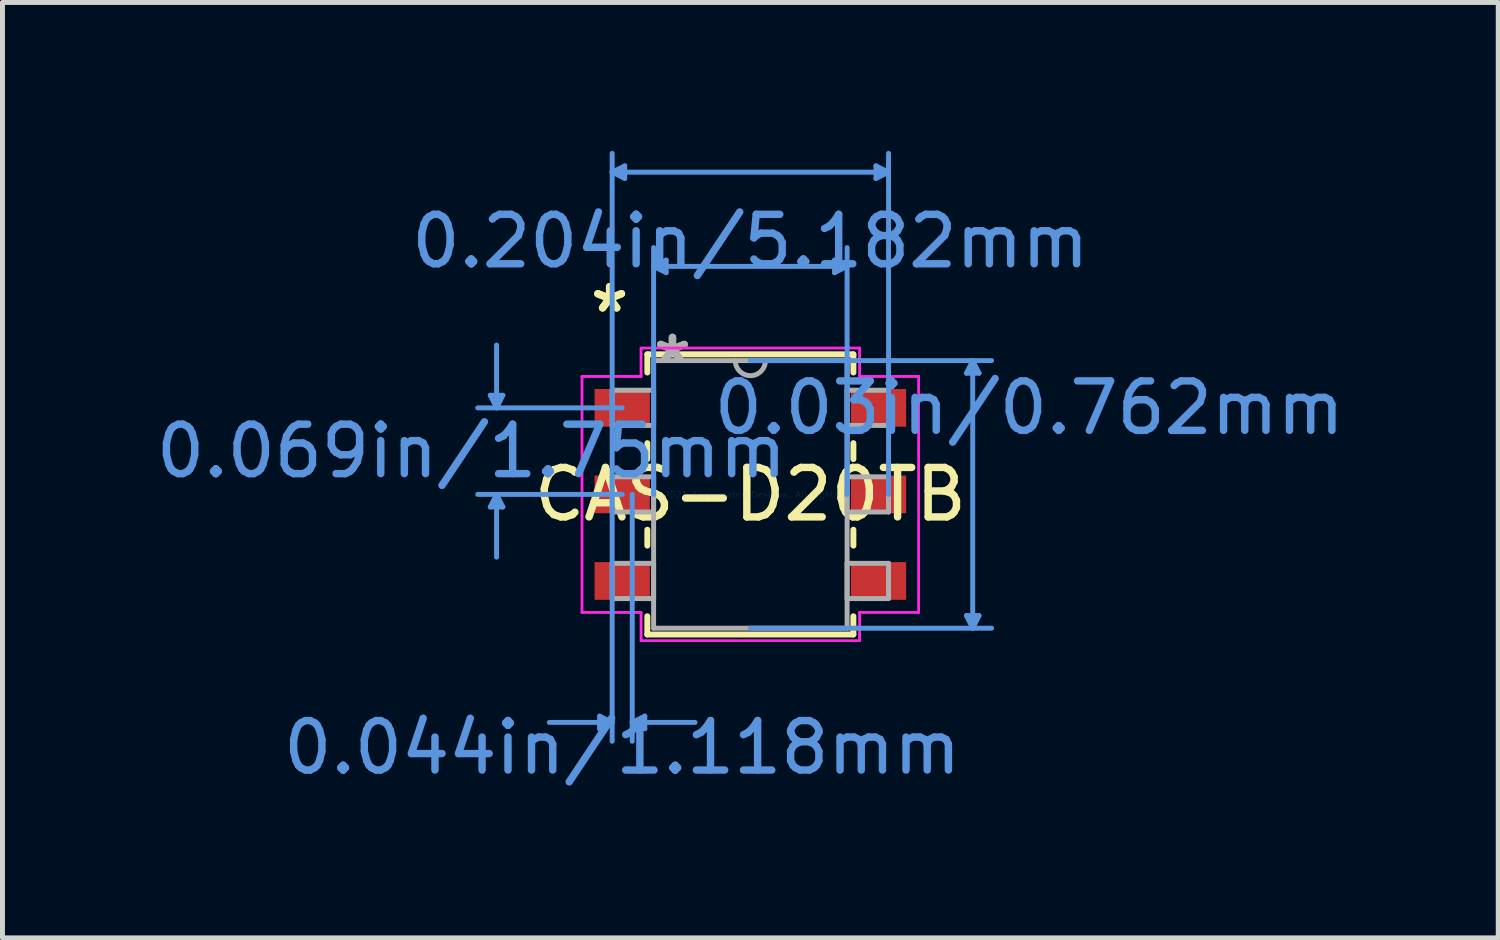
<source format=kicad_pcb>
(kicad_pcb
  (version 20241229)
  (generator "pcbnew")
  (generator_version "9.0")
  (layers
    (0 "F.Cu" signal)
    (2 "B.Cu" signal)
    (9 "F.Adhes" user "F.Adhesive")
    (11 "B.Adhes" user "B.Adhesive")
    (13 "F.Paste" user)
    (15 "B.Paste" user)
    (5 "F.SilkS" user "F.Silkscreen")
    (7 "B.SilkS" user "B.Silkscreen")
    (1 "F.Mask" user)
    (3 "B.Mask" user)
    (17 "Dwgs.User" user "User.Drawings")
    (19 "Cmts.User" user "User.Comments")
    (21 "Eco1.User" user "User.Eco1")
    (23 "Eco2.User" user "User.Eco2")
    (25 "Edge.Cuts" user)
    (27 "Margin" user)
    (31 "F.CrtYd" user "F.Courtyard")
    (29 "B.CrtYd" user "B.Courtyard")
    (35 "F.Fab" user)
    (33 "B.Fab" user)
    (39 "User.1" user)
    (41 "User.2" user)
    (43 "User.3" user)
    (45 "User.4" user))
  (footprint "CAS-D20TB"
    (layer "F.Cu")
    (at 12.121 6.946)
    (property "Reference" "CAS-D20TB" (at 0 0 0) (layer "F.SilkS") (effects (font (size 1 1) (thickness 0.15))))
    (attr through_hole)
    (fp_line (start -2.083 -2.832) (end -2.083 -2.464) (stroke (width 0.12) (type solid)) (layer "F.SilkS"))
    (fp_line (start -2.083 -1.036) (end -2.083 -0.714) (stroke (width 0.12) (type solid)) (layer "F.SilkS"))
    (fp_line (start -2.083 0.714) (end -2.083 1.036) (stroke (width 0.12) (type solid)) (layer "F.SilkS"))
    (fp_line (start -2.083 2.464) (end -2.083 2.832) (stroke (width 0.12) (type solid)) (layer "F.SilkS"))
    (fp_line (start -2.083 2.832) (end 2.083 2.832) (stroke (width 0.12) (type solid)) (layer "F.SilkS"))
    (fp_line (start 2.083 -2.832) (end -2.083 -2.832) (stroke (width 0.12) (type solid)) (layer "F.SilkS"))
    (fp_line (start 2.083 -2.464) (end 2.083 -2.832) (stroke (width 0.12) (type solid)) (layer "F.SilkS"))
    (fp_line (start 2.083 -0.714) (end 2.083 -1.036) (stroke (width 0.12) (type solid)) (layer "F.SilkS"))
    (fp_line (start 2.083 1.036) (end 2.083 0.714) (stroke (width 0.12) (type solid)) (layer "F.SilkS"))
    (fp_line (start 2.083 2.832) (end 2.083 2.464) (stroke (width 0.12) (type solid)) (layer "F.SilkS"))
    (fp_line (start -5.258 -2.004) (end -5.004 -2.004) (stroke (width 0.1) (type solid)) (layer "Cmts.User"))
    (fp_line (start -5.258 0.254) (end -5.004 0.254) (stroke (width 0.1) (type solid)) (layer "Cmts.User"))
    (fp_line (start -5.131 -1.75) (end -5.258 -2.004) (stroke (width 0.1) (type solid)) (layer "Cmts.User"))
    (fp_line (start -5.131 -1.75) (end -5.131 -3.02) (stroke (width 0.1) (type solid)) (layer "Cmts.User"))
    (fp_line (start -5.131 -1.75) (end -5.004 -2.004) (stroke (width 0.1) (type solid)) (layer "Cmts.User"))
    (fp_line (start -5.131 0) (end -5.258 0.254) (stroke (width 0.1) (type solid)) (layer "Cmts.User"))
    (fp_line (start -5.131 0) (end -5.131 1.27) (stroke (width 0.1) (type solid)) (layer "Cmts.User"))
    (fp_line (start -5.131 0) (end -5.004 0.254) (stroke (width 0.1) (type solid)) (layer "Cmts.User"))
    (fp_line (start -3.048 4.483) (end -3.048 4.737) (stroke (width 0.1) (type solid)) (layer "Cmts.User"))
    (fp_line (start -2.794 -6.515) (end -2.54 -6.642) (stroke (width 0.1) (type solid)) (layer "Cmts.User"))
    (fp_line (start -2.794 -6.515) (end -2.54 -6.388) (stroke (width 0.1) (type solid)) (layer "Cmts.User"))
    (fp_line (start -2.794 -6.515) (end 2.794 -6.515) (stroke (width 0.1) (type solid)) (layer "Cmts.User"))
    (fp_line (start -2.794 0) (end -2.794 -6.896) (stroke (width 0.1) (type solid)) (layer "Cmts.User"))
    (fp_line (start -2.794 0) (end -2.794 4.991) (stroke (width 0.1) (type solid)) (layer "Cmts.User"))
    (fp_line (start -2.794 4.61) (end -4.064 4.61) (stroke (width 0.1) (type solid)) (layer "Cmts.User"))
    (fp_line (start -2.794 4.61) (end -3.048 4.483) (stroke (width 0.1) (type solid)) (layer "Cmts.User"))
    (fp_line (start -2.794 4.61) (end -3.048 4.737) (stroke (width 0.1) (type solid)) (layer "Cmts.User"))
    (fp_line (start -2.591 -1.75) (end -5.512 -1.75) (stroke (width 0.1) (type solid)) (layer "Cmts.User"))
    (fp_line (start -2.591 0) (end -5.512 0) (stroke (width 0.1) (type solid)) (layer "Cmts.User"))
    (fp_line (start -2.54 -6.642) (end -2.54 -6.388) (stroke (width 0.1) (type solid)) (layer "Cmts.User"))
    (fp_line (start -2.388 0) (end -2.388 4.991) (stroke (width 0.1) (type solid)) (layer "Cmts.User"))
    (fp_line (start -2.388 4.61) (end -2.134 4.483) (stroke (width 0.1) (type solid)) (layer "Cmts.User"))
    (fp_line (start -2.388 4.61) (end -2.134 4.737) (stroke (width 0.1) (type solid)) (layer "Cmts.User"))
    (fp_line (start -2.388 4.61) (end -1.118 4.61) (stroke (width 0.1) (type solid)) (layer "Cmts.User"))
    (fp_line (start -2.134 4.483) (end -2.134 4.737) (stroke (width 0.1) (type solid)) (layer "Cmts.User"))
    (fp_line (start -1.956 -4.61) (end -1.702 -4.737) (stroke (width 0.1) (type solid)) (layer "Cmts.User"))
    (fp_line (start -1.956 -4.61) (end -1.702 -4.483) (stroke (width 0.1) (type solid)) (layer "Cmts.User"))
    (fp_line (start -1.956 -4.61) (end 1.956 -4.61) (stroke (width 0.1) (type solid)) (layer "Cmts.User"))
    (fp_line (start -1.956 0) (end -1.956 -4.991) (stroke (width 0.1) (type solid)) (layer "Cmts.User"))
    (fp_line (start -1.702 -4.737) (end -1.702 -4.483) (stroke (width 0.1) (type solid)) (layer "Cmts.User"))
    (fp_line (start 0 -2.705) (end 4.877 -2.705) (stroke (width 0.1) (type solid)) (layer "Cmts.User"))
    (fp_line (start 0 2.705) (end 4.877 2.705) (stroke (width 0.1) (type solid)) (layer "Cmts.User"))
    (fp_line (start 1.702 -4.737) (end 1.702 -4.483) (stroke (width 0.1) (type solid)) (layer "Cmts.User"))
    (fp_line (start 1.956 -4.61) (end 1.702 -4.737) (stroke (width 0.1) (type solid)) (layer "Cmts.User"))
    (fp_line (start 1.956 -4.61) (end 1.702 -4.483) (stroke (width 0.1) (type solid)) (layer "Cmts.User"))
    (fp_line (start 1.956 0) (end 1.956 -4.991) (stroke (width 0.1) (type solid)) (layer "Cmts.User"))
    (fp_line (start 2.54 -6.642) (end 2.54 -6.388) (stroke (width 0.1) (type solid)) (layer "Cmts.User"))
    (fp_line (start 2.794 -6.515) (end 2.54 -6.642) (stroke (width 0.1) (type solid)) (layer "Cmts.User"))
    (fp_line (start 2.794 -6.515) (end 2.54 -6.388) (stroke (width 0.1) (type solid)) (layer "Cmts.User"))
    (fp_line (start 2.794 0) (end 2.794 -6.896) (stroke (width 0.1) (type solid)) (layer "Cmts.User"))
    (fp_line (start 4.369 -2.451) (end 4.623 -2.451) (stroke (width 0.1) (type solid)) (layer "Cmts.User"))
    (fp_line (start 4.369 2.451) (end 4.623 2.451) (stroke (width 0.1) (type solid)) (layer "Cmts.User"))
    (fp_line (start 4.496 -2.705) (end 4.369 -2.451) (stroke (width 0.1) (type solid)) (layer "Cmts.User"))
    (fp_line (start 4.496 -2.705) (end 4.496 2.705) (stroke (width 0.1) (type solid)) (layer "Cmts.User"))
    (fp_line (start 4.496 -2.705) (end 4.623 -2.451) (stroke (width 0.1) (type solid)) (layer "Cmts.User"))
    (fp_line (start 4.496 2.705) (end 4.369 2.451) (stroke (width 0.1) (type solid)) (layer "Cmts.User"))
    (fp_line (start 4.496 2.705) (end 4.623 2.451) (stroke (width 0.1) (type solid)) (layer "Cmts.User"))
    (fp_line (start -3.404 -2.385) (end -2.21 -2.385) (stroke (width 0.05) (type solid)) (layer "F.CrtYd"))
    (fp_line (start -3.404 -2.385) (end -2.21 -2.385) (stroke (width 0.05) (type solid)) (layer "F.CrtYd"))
    (fp_line (start -3.404 2.385) (end -3.404 -2.385) (stroke (width 0.05) (type solid)) (layer "F.CrtYd"))
    (fp_line (start -3.404 2.385) (end -3.404 -2.385) (stroke (width 0.05) (type solid)) (layer "F.CrtYd"))
    (fp_line (start -3.404 2.385) (end -2.21 2.385) (stroke (width 0.05) (type solid)) (layer "F.CrtYd"))
    (fp_line (start -2.21 -2.959) (end 2.21 -2.959) (stroke (width 0.05) (type solid)) (layer "F.CrtYd"))
    (fp_line (start -2.21 -2.959) (end 2.21 -2.959) (stroke (width 0.05) (type solid)) (layer "F.CrtYd"))
    (fp_line (start -2.21 -2.385) (end -2.21 -2.959) (stroke (width 0.05) (type solid)) (layer "F.CrtYd"))
    (fp_line (start -2.21 -2.385) (end -2.21 -2.959) (stroke (width 0.05) (type solid)) (layer "F.CrtYd"))
    (fp_line (start -2.21 2.385) (end -3.404 2.385) (stroke (width 0.05) (type solid)) (layer "F.CrtYd"))
    (fp_line (start -2.21 2.959) (end -2.21 2.385) (stroke (width 0.05) (type solid)) (layer "F.CrtYd"))
    (fp_line (start -2.21 2.959) (end -2.21 2.385) (stroke (width 0.05) (type solid)) (layer "F.CrtYd"))
    (fp_line (start 2.21 -2.959) (end 2.21 -2.385) (stroke (width 0.05) (type solid)) (layer "F.CrtYd"))
    (fp_line (start 2.21 -2.959) (end 2.21 -2.385) (stroke (width 0.05) (type solid)) (layer "F.CrtYd"))
    (fp_line (start 2.21 -2.385) (end 3.404 -2.385) (stroke (width 0.05) (type solid)) (layer "F.CrtYd"))
    (fp_line (start 2.21 2.385) (end 2.21 2.959) (stroke (width 0.05) (type solid)) (layer "F.CrtYd"))
    (fp_line (start 2.21 2.385) (end 2.21 2.959) (stroke (width 0.05) (type solid)) (layer "F.CrtYd"))
    (fp_line (start 2.21 2.959) (end -2.21 2.959) (stroke (width 0.05) (type solid)) (layer "F.CrtYd"))
    (fp_line (start 2.21 2.959) (end -2.21 2.959) (stroke (width 0.05) (type solid)) (layer "F.CrtYd"))
    (fp_line (start 3.404 -2.385) (end 2.21 -2.385) (stroke (width 0.05) (type solid)) (layer "F.CrtYd"))
    (fp_line (start 3.404 -2.385) (end 3.404 2.385) (stroke (width 0.05) (type solid)) (layer "F.CrtYd"))
    (fp_line (start 3.404 -2.385) (end 3.404 2.385) (stroke (width 0.05) (type solid)) (layer "F.CrtYd"))
    (fp_line (start 3.404 2.385) (end 2.21 2.385) (stroke (width 0.05) (type solid)) (layer "F.CrtYd"))
    (fp_line (start 3.404 2.385) (end 2.21 2.385) (stroke (width 0.05) (type solid)) (layer "F.CrtYd"))
    (fp_line (start -2.794 -2.106) (end -2.794 -1.394) (stroke (width 0.1) (type solid)) (layer "F.Fab"))
    (fp_line (start -2.794 -1.394) (end -1.956 -1.394) (stroke (width 0.1) (type solid)) (layer "F.Fab"))
    (fp_line (start -2.794 -0.356) (end -2.794 0.356) (stroke (width 0.1) (type solid)) (layer "F.Fab"))
    (fp_line (start -2.794 0.356) (end -1.956 0.356) (stroke (width 0.1) (type solid)) (layer "F.Fab"))
    (fp_line (start -2.794 1.394) (end -2.794 2.106) (stroke (width 0.1) (type solid)) (layer "F.Fab"))
    (fp_line (start -2.794 2.106) (end -1.956 2.106) (stroke (width 0.1) (type solid)) (layer "F.Fab"))
    (fp_line (start -1.956 -2.705) (end -1.956 2.705) (stroke (width 0.1) (type solid)) (layer "F.Fab"))
    (fp_line (start -1.956 -2.106) (end -2.794 -2.106) (stroke (width 0.1) (type solid)) (layer "F.Fab"))
    (fp_line (start -1.956 -1.394) (end -1.956 -2.106) (stroke (width 0.1) (type solid)) (layer "F.Fab"))
    (fp_line (start -1.956 -0.356) (end -2.794 -0.356) (stroke (width 0.1) (type solid)) (layer "F.Fab"))
    (fp_line (start -1.956 0.356) (end -1.956 -0.356) (stroke (width 0.1) (type solid)) (layer "F.Fab"))
    (fp_line (start -1.956 1.394) (end -2.794 1.394) (stroke (width 0.1) (type solid)) (layer "F.Fab"))
    (fp_line (start -1.956 2.106) (end -1.956 1.394) (stroke (width 0.1) (type solid)) (layer "F.Fab"))
    (fp_line (start -1.956 2.705) (end 1.956 2.705) (stroke (width 0.1) (type solid)) (layer "F.Fab"))
    (fp_line (start 1.956 -2.705) (end -1.956 -2.705) (stroke (width 0.1) (type solid)) (layer "F.Fab"))
    (fp_line (start 1.956 -2.106) (end 1.956 -1.394) (stroke (width 0.1) (type solid)) (layer "F.Fab"))
    (fp_line (start 1.956 -1.394) (end 2.794 -1.394) (stroke (width 0.1) (type solid)) (layer "F.Fab"))
    (fp_line (start 1.956 -0.356) (end 1.956 0.356) (stroke (width 0.1) (type solid)) (layer "F.Fab"))
    (fp_line (start 1.956 0.356) (end 2.794 0.356) (stroke (width 0.1) (type solid)) (layer "F.Fab"))
    (fp_line (start 1.956 1.394) (end 1.956 2.106) (stroke (width 0.1) (type solid)) (layer "F.Fab"))
    (fp_line (start 1.956 2.106) (end 2.794 2.106) (stroke (width 0.1) (type solid)) (layer "F.Fab"))
    (fp_line (start 1.956 2.705) (end 1.956 -2.705) (stroke (width 0.1) (type solid)) (layer "F.Fab"))
    (fp_line (start 2.794 -2.106) (end 1.956 -2.106) (stroke (width 0.1) (type solid)) (layer "F.Fab"))
    (fp_line (start 2.794 -1.394) (end 2.794 -2.106) (stroke (width 0.1) (type solid)) (layer "F.Fab"))
    (fp_line (start 2.794 -0.356) (end 1.956 -0.356) (stroke (width 0.1) (type solid)) (layer "F.Fab"))
    (fp_line (start 2.794 0.356) (end 2.794 -0.356) (stroke (width 0.1) (type solid)) (layer "F.Fab"))
    (fp_line (start 2.794 1.394) (end 1.956 1.394) (stroke (width 0.1) (type solid)) (layer "F.Fab"))
    (fp_line (start 2.794 2.106) (end 2.794 1.394) (stroke (width 0.1) (type solid)) (layer "F.Fab"))
    (fp_arc (start 0.3048 -2.7051) (mid 0 -2.4003) (end -0.3048 -2.7051) (stroke (width 0.1) (type solid)) (layer "F.Fab"))
    (fp_text user "*" (at -2.845 -3.655 0) (layer "F.SilkS") (effects (font (size 1 1) (thickness 0.15))))
    (fp_text user "*" (at -2.845 -3.655 0) (layer "F.SilkS") (effects (font (size 1 1) (thickness 0.15))))
    (fp_text user "0.069in/1.75mm" (at -5.639 -0.875 0) (layer "Cmts.User") (effects (font (size 1 1) (thickness 0.15))))
    (fp_text user "Copyright 2021 Accelerated Designs. All rights reserved." (at 0 0 0) (layer "Cmts.User") (effects (font (size 0.127 0.127) (thickness 0.002))))
    (fp_text user "0.044in/1.118mm" (at -2.591 5.118 0) (layer "Cmts.User") (effects (font (size 1 1) (thickness 0.15))))
    (fp_text user "0.03in/0.762mm" (at 5.639 -1.75 0) (layer "Cmts.User") (effects (font (size 1 1) (thickness 0.15))))
    (fp_text user "0.204in/5.182mm" (at 0 -5.118 0) (layer "Cmts.User") (effects (font (size 1 1) (thickness 0.15))))
    (fp_text user "*" (at -1.575 -2.629 0) (layer "F.Fab") (effects (font (size 1 1) (thickness 0.15))))
    (fp_text user "*" (at -1.575 -2.629 0) (layer "F.Fab") (effects (font (size 1 1) (thickness 0.15))))
    (pad "1" smd rect (at -2.591 -1.75) (size 1.118 0.762) (layers "F.Cu" "F.Mask" "F.Paste"))
    (pad "2" smd rect (at -2.591 0) (size 1.118 0.762) (layers "F.Cu" "F.Mask" "F.Paste"))
    (pad "3" smd rect (at -2.591 1.75) (size 1.118 0.762) (layers "F.Cu" "F.Mask" "F.Paste"))
    (pad "4" smd rect (at 2.591 1.75) (size 1.118 0.762) (layers "F.Cu" "F.Mask" "F.Paste"))
    (pad "5" smd rect (at 2.591 0) (size 1.118 0.762) (layers "F.Cu" "F.Mask" "F.Paste"))
    (pad "6" smd rect (at 2.591 -1.75) (size 1.118 0.762) (layers "F.Cu" "F.Mask" "F.Paste")))
  (gr_rect
    (start -3 -3)
    (end 27.242 15.912)
    (stroke (width 0.1) (type default))
    (fill no)
    (layer "Edge.Cuts")))
</source>
